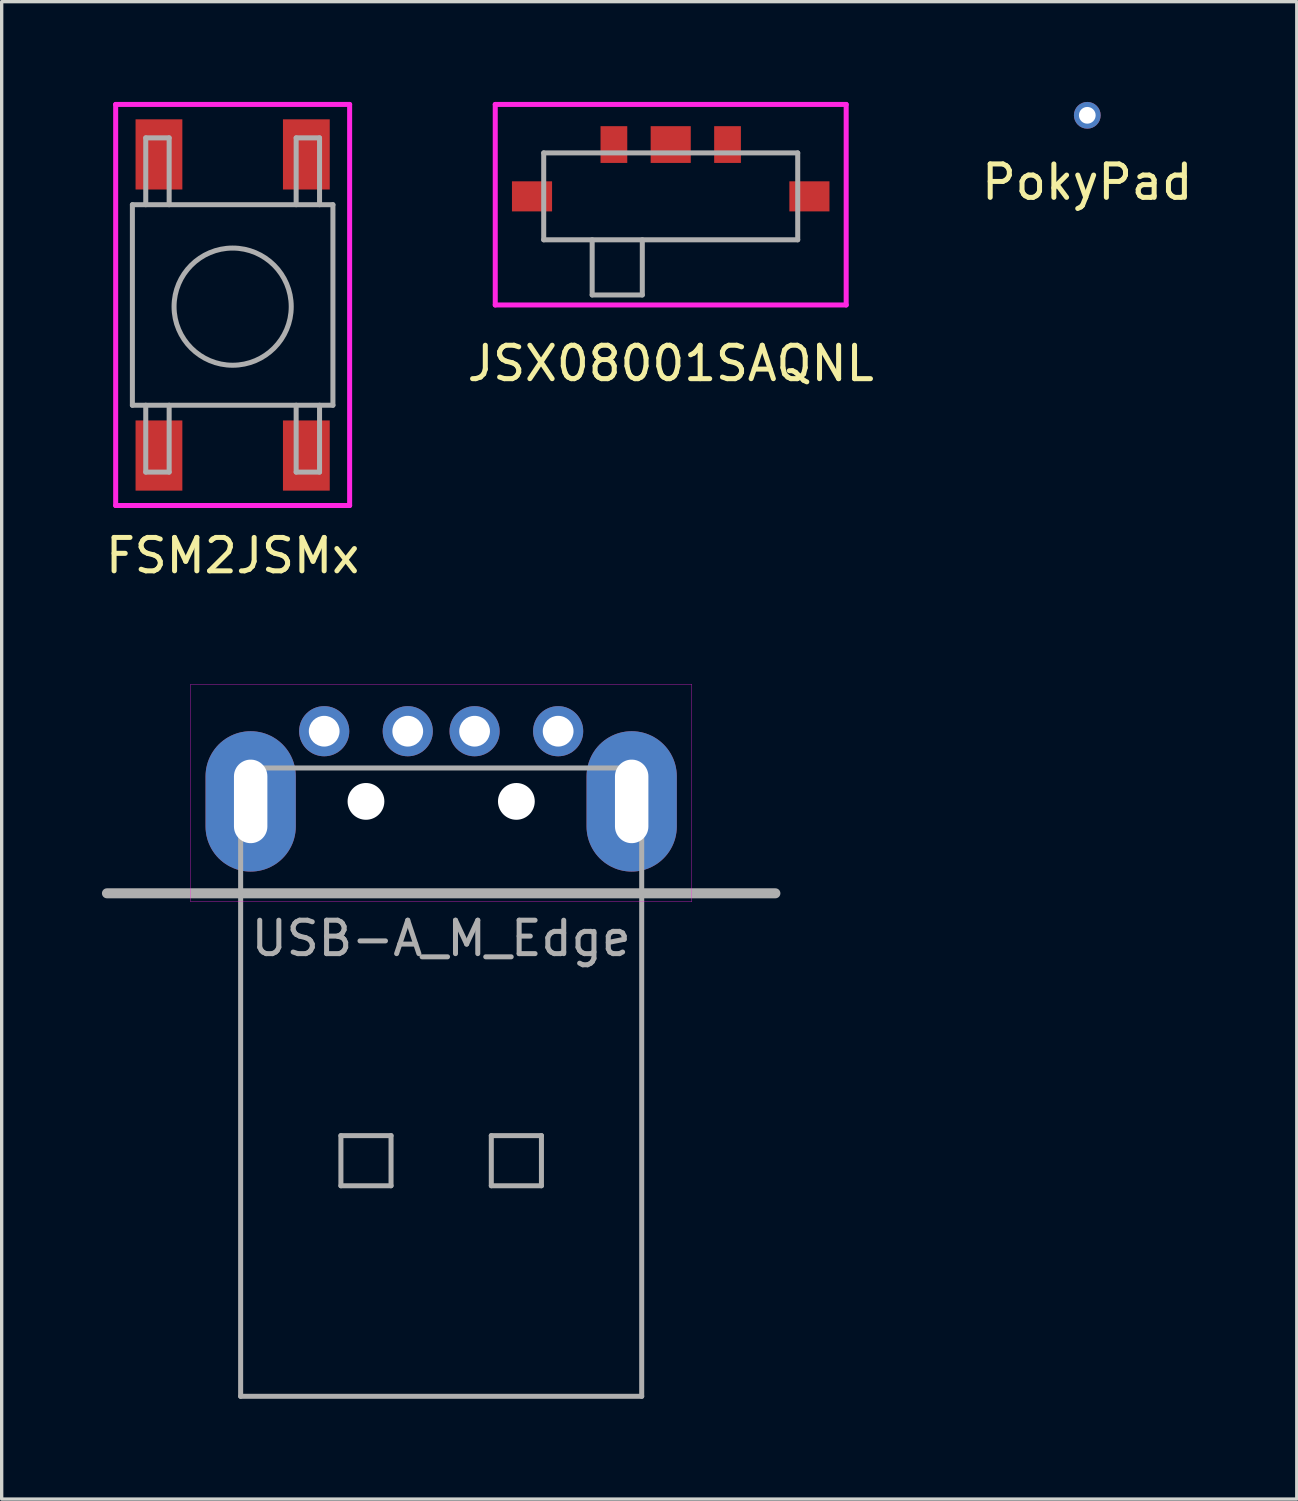
<source format=kicad_pcb>
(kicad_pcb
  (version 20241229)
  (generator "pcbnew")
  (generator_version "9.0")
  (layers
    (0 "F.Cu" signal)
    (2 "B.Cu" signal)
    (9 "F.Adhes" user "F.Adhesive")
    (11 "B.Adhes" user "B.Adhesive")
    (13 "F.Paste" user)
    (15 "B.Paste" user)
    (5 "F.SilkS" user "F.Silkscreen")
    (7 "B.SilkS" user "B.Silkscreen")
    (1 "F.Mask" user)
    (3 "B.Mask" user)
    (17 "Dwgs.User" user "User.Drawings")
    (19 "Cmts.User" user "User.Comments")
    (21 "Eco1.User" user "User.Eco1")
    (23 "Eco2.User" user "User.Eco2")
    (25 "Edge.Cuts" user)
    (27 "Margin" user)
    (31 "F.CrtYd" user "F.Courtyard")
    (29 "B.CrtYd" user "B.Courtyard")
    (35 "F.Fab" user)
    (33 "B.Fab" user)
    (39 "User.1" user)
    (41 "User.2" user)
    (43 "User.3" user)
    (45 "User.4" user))
  (footprint "USB-A_M_Edge"
    (layer "F.Cu")
    (at 10.15 20.928)
    (property "Reference" "USB-A_M_Edge" (at 0 4.1 0) (layer "F.Fab") (effects (font (size 1 1) (thickness 0.15))))
    (attr through_hole)
    (fp_line (start -7.5 -3.5) (end -7.5 3) (stroke (width 0.01) (type solid)) (layer "F.CrtYd"))
    (fp_line (start -7.5 3) (end 7.5 3) (stroke (width 0.01) (type solid)) (layer "F.CrtYd"))
    (fp_line (start 7.5 -3.5) (end -7.5 -3.5) (stroke (width 0.01) (type solid)) (layer "F.CrtYd"))
    (fp_line (start 7.5 3) (end 7.5 -3.5) (stroke (width 0.01) (type solid)) (layer "F.CrtYd"))
    (fp_line (start -6 -1) (end 6 -1) (stroke (width 0.15) (type solid)) (layer "F.Fab"))
    (fp_line (start -6 17.8) (end -6 -1) (stroke (width 0.15) (type solid)) (layer "F.Fab"))
    (fp_line (start -3 10) (end -1.5 10) (stroke (width 0.15) (type solid)) (layer "F.Fab"))
    (fp_line (start -3 11.5) (end -3 10) (stroke (width 0.15) (type solid)) (layer "F.Fab"))
    (fp_line (start -1.5 10) (end -1.5 11.5) (stroke (width 0.15) (type solid)) (layer "F.Fab"))
    (fp_line (start -1.5 11.5) (end -3 11.5) (stroke (width 0.15) (type solid)) (layer "F.Fab"))
    (fp_line (start 1.5 10) (end 3 10) (stroke (width 0.15) (type solid)) (layer "F.Fab"))
    (fp_line (start 1.5 11.5) (end 1.5 10) (stroke (width 0.15) (type solid)) (layer "F.Fab"))
    (fp_line (start 3 10) (end 3 11.5) (stroke (width 0.15) (type solid)) (layer "F.Fab"))
    (fp_line (start 3 11.5) (end 1.5 11.5) (stroke (width 0.15) (type solid)) (layer "F.Fab"))
    (fp_line (start 6 -1) (end 6 17.8) (stroke (width 0.15) (type solid)) (layer "F.Fab"))
    (fp_line (start 6 17.8) (end -6 17.8) (stroke (width 0.15) (type solid)) (layer "F.Fab"))
    (fp_line (start 10 2.75) (end -10 2.75) (stroke (width 0.3) (type solid)) (layer "F.Fab"))
    (pad "" np_thru_hole circle (at -2.25 0) (size 1.1 1.1) (drill 1.1) (layers "*.Cu"))
    (pad "" np_thru_hole circle (at 2.25 0) (size 1.1 1.1) (drill 1.1) (layers "*.Cu"))
    (pad "1" thru_hole circle (at 3.5 -2.1) (size 1.5 1.5) (drill 0.92) (layers "*.Cu" "*.Mask"))
    (pad "2" thru_hole circle (at 1 -2.1) (size 1.5 1.5) (drill 0.92) (layers "*.Cu" "*.Mask"))
    (pad "3" thru_hole circle (at -1 -2.1) (size 1.5 1.5) (drill 0.92) (layers "*.Cu" "*.Mask"))
    (pad "4" thru_hole circle (at -3.5 -2.1) (size 1.5 1.5) (drill 0.92) (layers "*.Cu" "*.Mask"))
    (pad "S" thru_hole oval (at -5.7 0) (size 2.7 4.2) (drill oval 1 2.5) (layers "*.Cu" "*.Mask"))
    (pad "S" thru_hole oval (at 5.7 0) (size 2.7 4.2) (drill oval 1 2.5) (layers "*.Cu" "*.Mask")))
  (footprint "JSX08001SAQNL"
    (layer "F.Cu")
    (at 17.018 2.825)
    (property "Reference" "JSX08001SAQNL" (at 0 5 0) (layer "F.SilkS") (effects (font (size 1 1) (thickness 0.15))))
    (attr smd)
    (fp_line (start -5.25 -2.75) (end 5.25 -2.75) (stroke (width 0.15) (type solid)) (layer "F.CrtYd"))
    (fp_line (start -5.25 3.25) (end -5.25 -2.75) (stroke (width 0.15) (type solid)) (layer "F.CrtYd"))
    (fp_line (start 5.25 -2.75) (end 5.25 3.25) (stroke (width 0.15) (type solid)) (layer "F.CrtYd"))
    (fp_line (start 5.25 3.25) (end -5.25 3.25) (stroke (width 0.15) (type solid)) (layer "F.CrtYd"))
    (fp_line (start -3.8 -1.3) (end -3.8 1.3) (stroke (width 0.15) (type solid)) (layer "F.Fab"))
    (fp_line (start -3.8 -1.3) (end 3.8 -1.3) (stroke (width 0.15) (type solid)) (layer "F.Fab"))
    (fp_line (start -2.35 1.3) (end -2.35 2.95) (stroke (width 0.15) (type solid)) (layer "F.Fab"))
    (fp_line (start -0.85 2.95) (end -2.35 2.95) (stroke (width 0.15) (type solid)) (layer "F.Fab"))
    (fp_line (start -0.85 2.95) (end -0.85 1.3) (stroke (width 0.15) (type solid)) (layer "F.Fab"))
    (fp_line (start 3.8 -1.3) (end 3.8 1.3) (stroke (width 0.15) (type solid)) (layer "F.Fab"))
    (fp_line (start 3.8 1.3) (end -3.8 1.3) (stroke (width 0.15) (type solid)) (layer "F.Fab"))
    (pad "" smd rect (at -4.15 0) (size 1.2 0.9) (layers "F.Cu" "F.Mask" "F.Paste"))
    (pad "" smd rect (at 4.15 0) (size 1.2 0.9) (layers "F.Cu" "F.Mask" "F.Paste"))
    (pad "1" smd rect (at -1.7 -1.55) (size 0.8 1.1) (layers "F.Cu" "F.Mask" "F.Paste"))
    (pad "2" smd rect (at 0 -1.55) (size 1.2 1.1) (layers "F.Cu" "F.Mask" "F.Paste"))
    (pad "3" smd rect (at 1.7 -1.55) (size 0.8 1.1) (layers "F.Cu" "F.Mask" "F.Paste")))
  (footprint "PokyPad"
    (layer "F.Cu")
    (at 29.482 0.4)
    (property "Reference" "PokyPad" (at 0 2 0) (layer "F.SilkS") (effects (font (size 1 1) (thickness 0.15))))
    (attr through_hole)
    (pad "1" thru_hole circle (at 0 0) (size 0.8 0.8) (drill 0.5) (layers "*.Cu" "*.Mask")))
  (footprint "FSM2JSMx"
    (layer "F.Cu")
    (at 3.911 6.075)
    (property "Reference" "FSM2JSMx" (at 0 7.5 0) (layer "F.SilkS") (effects (font (size 1 1) (thickness 0.15))))
    (attr smd)
    (fp_line (start -3.5 -6) (end 3.5 -6) (stroke (width 0.15) (type solid)) (layer "F.CrtYd"))
    (fp_line (start -3.5 6) (end -3.5 -6) (stroke (width 0.15) (type solid)) (layer "F.CrtYd"))
    (fp_line (start 3.5 -6) (end 3.5 6) (stroke (width 0.15) (type solid)) (layer "F.CrtYd"))
    (fp_line (start 3.5 6) (end -3.5 6) (stroke (width 0.15) (type solid)) (layer "F.CrtYd"))
    (fp_line (start -3 -3) (end 3 -3) (stroke (width 0.15) (type solid)) (layer "F.Fab"))
    (fp_line (start -3 3) (end -3 -3) (stroke (width 0.15) (type solid)) (layer "F.Fab"))
    (fp_line (start -2.6 -5) (end -2.6 -3) (stroke (width 0.15) (type solid)) (layer "F.Fab"))
    (fp_line (start -2.6 3) (end -2.6 5) (stroke (width 0.15) (type solid)) (layer "F.Fab"))
    (fp_line (start -1.9 -5) (end -2.6 -5) (stroke (width 0.15) (type solid)) (layer "F.Fab"))
    (fp_line (start -1.9 -3) (end -1.9 -5) (stroke (width 0.15) (type solid)) (layer "F.Fab"))
    (fp_line (start -1.9 5) (end -2.6 5) (stroke (width 0.15) (type solid)) (layer "F.Fab"))
    (fp_line (start -1.9 5) (end -1.9 3) (stroke (width 0.15) (type solid)) (layer "F.Fab"))
    (fp_line (start 1.9 -5) (end 1.9 -3) (stroke (width 0.15) (type solid)) (layer "F.Fab"))
    (fp_line (start 1.9 3) (end 1.9 5) (stroke (width 0.15) (type solid)) (layer "F.Fab"))
    (fp_line (start 2.6 -5) (end 1.9 -5) (stroke (width 0.15) (type solid)) (layer "F.Fab"))
    (fp_line (start 2.6 -3) (end 2.6 -5) (stroke (width 0.15) (type solid)) (layer "F.Fab"))
    (fp_line (start 2.6 5) (end 1.9 5) (stroke (width 0.15) (type solid)) (layer "F.Fab"))
    (fp_line (start 2.6 5) (end 2.6 3) (stroke (width 0.15) (type solid)) (layer "F.Fab"))
    (fp_line (start 3 -3) (end 3 3) (stroke (width 0.15) (type solid)) (layer "F.Fab"))
    (fp_line (start 3 3) (end -3 3) (stroke (width 0.15) (type solid)) (layer "F.Fab"))
    (fp_circle (center 0 0.05) (end 1.75 -0.05) (stroke (width 0.15) (type solid)) (fill no) (layer "F.Fab"))
    (pad "1" smd rect (at 2.205 -4.505) (size 1.4 2.1) (layers "F.Cu" "F.Mask" "F.Paste"))
    (pad "2" smd rect (at 2.205 4.505) (size 1.4 2.1) (layers "F.Cu" "F.Mask" "F.Paste"))
    (pad "3" smd rect (at -2.205 -4.505) (size 1.4 2.1) (layers "F.Cu" "F.Mask" "F.Paste"))
    (pad "4" smd rect (at -2.205 4.505) (size 1.4 2.1) (layers "F.Cu" "F.Mask" "F.Paste")))
  (gr_rect
    (start -3 -3)
    (end 35.75 41.803)
    (stroke (width 0.1) (type default))
    (fill no)
    (layer "Edge.Cuts")))
</source>
